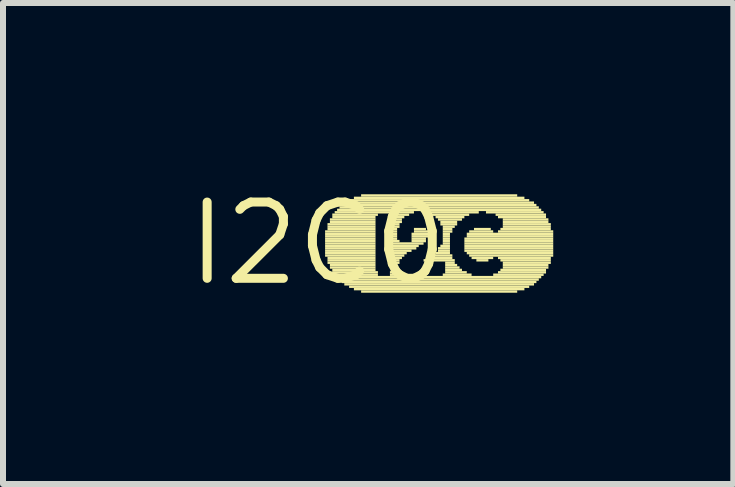
<source format=kicad_pcb>
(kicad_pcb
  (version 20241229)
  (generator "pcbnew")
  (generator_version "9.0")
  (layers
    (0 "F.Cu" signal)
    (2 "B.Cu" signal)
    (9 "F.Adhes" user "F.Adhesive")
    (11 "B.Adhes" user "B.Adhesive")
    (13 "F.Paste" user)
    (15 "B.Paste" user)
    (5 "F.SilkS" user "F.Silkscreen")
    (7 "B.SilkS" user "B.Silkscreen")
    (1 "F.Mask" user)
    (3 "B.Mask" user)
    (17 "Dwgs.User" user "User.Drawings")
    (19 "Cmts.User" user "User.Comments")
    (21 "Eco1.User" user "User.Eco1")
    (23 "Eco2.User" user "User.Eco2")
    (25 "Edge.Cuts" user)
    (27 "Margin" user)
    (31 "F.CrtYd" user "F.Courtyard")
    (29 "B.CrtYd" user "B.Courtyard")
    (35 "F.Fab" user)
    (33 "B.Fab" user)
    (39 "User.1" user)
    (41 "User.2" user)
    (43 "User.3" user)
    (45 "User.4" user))
  (footprint "I2C0"
    (layer "F.Cu")
    (at 2.245 1.006)
    (property "Reference" "I2C0" (at 0 0 0) (layer "F.SilkS") (effects (font (size 1.27 1.27) (thickness 0.15))))
    (attr through_hole)
    (fp_poly (pts (xy 0.12 -0.18) (xy 0.96 -0.18) (xy 0.96 -0.22) (xy 0.12 -0.22)) (stroke (width 0) (type solid)) (fill yes) (layer "F.SilkS"))
    (fp_poly (pts (xy 0.12 -0.14) (xy 0.96 -0.14) (xy 0.96 -0.18) (xy 0.12 -0.18)) (stroke (width 0) (type solid)) (fill yes) (layer "F.SilkS"))
    (fp_poly (pts (xy 0.12 -0.1) (xy 0.96 -0.1) (xy 0.96 -0.14) (xy 0.12 -0.14)) (stroke (width 0) (type solid)) (fill yes) (layer "F.SilkS"))
    (fp_poly (pts (xy 0.12 -0.06) (xy 0.96 -0.06) (xy 0.96 -0.1) (xy 0.12 -0.1)) (stroke (width 0) (type solid)) (fill yes) (layer "F.SilkS"))
    (fp_poly (pts (xy 0.12 -0.02) (xy 0.96 -0.02) (xy 0.96 -0.06) (xy 0.12 -0.06)) (stroke (width 0) (type solid)) (fill yes) (layer "F.SilkS"))
    (fp_poly (pts (xy 0.12 0.02) (xy 0.96 0.02) (xy 0.96 -0.02) (xy 0.12 -0.02)) (stroke (width 0) (type solid)) (fill yes) (layer "F.SilkS"))
    (fp_poly (pts (xy 0.12 0.06) (xy 0.96 0.06) (xy 0.96 0.02) (xy 0.12 0.02)) (stroke (width 0) (type solid)) (fill yes) (layer "F.SilkS"))
    (fp_poly (pts (xy 0.12 0.1) (xy 0.96 0.1) (xy 0.96 0.06) (xy 0.12 0.06)) (stroke (width 0) (type solid)) (fill yes) (layer "F.SilkS"))
    (fp_poly (pts (xy 0.12 0.14) (xy 0.96 0.14) (xy 0.96 0.1) (xy 0.12 0.1)) (stroke (width 0) (type solid)) (fill yes) (layer "F.SilkS"))
    (fp_poly (pts (xy 0.12 0.18) (xy 0.96 0.18) (xy 0.96 0.14) (xy 0.12 0.14)) (stroke (width 0) (type solid)) (fill yes) (layer "F.SilkS"))
    (fp_poly (pts (xy 0.12 0.22) (xy 0.96 0.22) (xy 0.96 0.18) (xy 0.12 0.18)) (stroke (width 0) (type solid)) (fill yes) (layer "F.SilkS"))
    (fp_poly (pts (xy 0.16 -0.3) (xy 0.96 -0.3) (xy 0.96 -0.34) (xy 0.16 -0.34)) (stroke (width 0) (type solid)) (fill yes) (layer "F.SilkS"))
    (fp_poly (pts (xy 0.16 -0.26) (xy 0.96 -0.26) (xy 0.96 -0.3) (xy 0.16 -0.3)) (stroke (width 0) (type solid)) (fill yes) (layer "F.SilkS"))
    (fp_poly (pts (xy 0.16 -0.22) (xy 0.96 -0.22) (xy 0.96 -0.26) (xy 0.16 -0.26)) (stroke (width 0) (type solid)) (fill yes) (layer "F.SilkS"))
    (fp_poly (pts (xy 0.16 0.26) (xy 0.96 0.26) (xy 0.96 0.22) (xy 0.16 0.22)) (stroke (width 0) (type solid)) (fill yes) (layer "F.SilkS"))
    (fp_poly (pts (xy 0.16 0.3) (xy 0.96 0.3) (xy 0.96 0.26) (xy 0.16 0.26)) (stroke (width 0) (type solid)) (fill yes) (layer "F.SilkS"))
    (fp_poly (pts (xy 0.16 0.34) (xy 0.96 0.34) (xy 0.96 0.3) (xy 0.16 0.3)) (stroke (width 0) (type solid)) (fill yes) (layer "F.SilkS"))
    (fp_poly (pts (xy 0.2 -0.38) (xy 0.96 -0.38) (xy 0.96 -0.42) (xy 0.2 -0.42)) (stroke (width 0) (type solid)) (fill yes) (layer "F.SilkS"))
    (fp_poly (pts (xy 0.2 -0.34) (xy 0.96 -0.34) (xy 0.96 -0.38) (xy 0.2 -0.38)) (stroke (width 0) (type solid)) (fill yes) (layer "F.SilkS"))
    (fp_poly (pts (xy 0.2 0.38) (xy 0.96 0.38) (xy 0.96 0.34) (xy 0.2 0.34)) (stroke (width 0) (type solid)) (fill yes) (layer "F.SilkS"))
    (fp_poly (pts (xy 0.2 0.42) (xy 0.96 0.42) (xy 0.96 0.38) (xy 0.2 0.38)) (stroke (width 0) (type solid)) (fill yes) (layer "F.SilkS"))
    (fp_poly (pts (xy 0.24 -0.46) (xy 1 -0.46) (xy 1 -0.5) (xy 0.24 -0.5)) (stroke (width 0) (type solid)) (fill yes) (layer "F.SilkS"))
    (fp_poly (pts (xy 0.24 -0.42) (xy 0.96 -0.42) (xy 0.96 -0.46) (xy 0.24 -0.46)) (stroke (width 0) (type solid)) (fill yes) (layer "F.SilkS"))
    (fp_poly (pts (xy 0.24 0.46) (xy 0.96 0.46) (xy 0.96 0.42) (xy 0.24 0.42)) (stroke (width 0) (type solid)) (fill yes) (layer "F.SilkS"))
    (fp_poly (pts (xy 0.24 0.5) (xy 1 0.5) (xy 1 0.46) (xy 0.24 0.46)) (stroke (width 0) (type solid)) (fill yes) (layer "F.SilkS"))
    (fp_poly (pts (xy 0.28 -0.5) (xy 1.6 -0.5) (xy 1.6 -0.54) (xy 0.28 -0.54)) (stroke (width 0) (type solid)) (fill yes) (layer "F.SilkS"))
    (fp_poly (pts (xy 0.28 0.54) (xy 1 0.54) (xy 1 0.5) (xy 0.28 0.5)) (stroke (width 0) (type solid)) (fill yes) (layer "F.SilkS"))
    (fp_poly (pts (xy 0.32 -0.54) (xy 3.72 -0.54) (xy 3.72 -0.58) (xy 0.32 -0.58)) (stroke (width 0) (type solid)) (fill yes) (layer "F.SilkS"))
    (fp_poly (pts (xy 0.32 0.58) (xy 3.72 0.58) (xy 3.72 0.54) (xy 0.32 0.54)) (stroke (width 0) (type solid)) (fill yes) (layer "F.SilkS"))
    (fp_poly (pts (xy 0.36 -0.58) (xy 3.68 -0.58) (xy 3.68 -0.62) (xy 0.36 -0.62)) (stroke (width 0) (type solid)) (fill yes) (layer "F.SilkS"))
    (fp_poly (pts (xy 0.36 0.62) (xy 3.68 0.62) (xy 3.68 0.58) (xy 0.36 0.58)) (stroke (width 0) (type solid)) (fill yes) (layer "F.SilkS"))
    (fp_poly (pts (xy 0.4 -0.62) (xy 3.64 -0.62) (xy 3.64 -0.66) (xy 0.4 -0.66)) (stroke (width 0) (type solid)) (fill yes) (layer "F.SilkS"))
    (fp_poly (pts (xy 0.4 0.66) (xy 3.64 0.66) (xy 3.64 0.62) (xy 0.4 0.62)) (stroke (width 0) (type solid)) (fill yes) (layer "F.SilkS"))
    (fp_poly (pts (xy 0.44 -0.66) (xy 3.6 -0.66) (xy 3.6 -0.7) (xy 0.44 -0.7)) (stroke (width 0) (type solid)) (fill yes) (layer "F.SilkS"))
    (fp_poly (pts (xy 0.44 0.7) (xy 3.6 0.7) (xy 3.6 0.66) (xy 0.44 0.66)) (stroke (width 0) (type solid)) (fill yes) (layer "F.SilkS"))
    (fp_poly (pts (xy 0.52 -0.7) (xy 3.52 -0.7) (xy 3.52 -0.74) (xy 0.52 -0.74)) (stroke (width 0) (type solid)) (fill yes) (layer "F.SilkS"))
    (fp_poly (pts (xy 0.52 0.74) (xy 3.52 0.74) (xy 3.52 0.7) (xy 0.52 0.7)) (stroke (width 0) (type solid)) (fill yes) (layer "F.SilkS"))
    (fp_poly (pts (xy 0.6 -0.74) (xy 3.44 -0.74) (xy 3.44 -0.78) (xy 0.6 -0.78)) (stroke (width 0) (type solid)) (fill yes) (layer "F.SilkS"))
    (fp_poly (pts (xy 0.6 0.78) (xy 3.44 0.78) (xy 3.44 0.74) (xy 0.6 0.74)) (stroke (width 0) (type solid)) (fill yes) (layer "F.SilkS"))
    (fp_poly (pts (xy 0.72 -0.78) (xy 3.32 -0.78) (xy 3.32 -0.82) (xy 0.72 -0.82)) (stroke (width 0) (type solid)) (fill yes) (layer "F.SilkS"))
    (fp_poly (pts (xy 0.72 0.82) (xy 3.32 0.82) (xy 3.32 0.78) (xy 0.72 0.78)) (stroke (width 0) (type solid)) (fill yes) (layer "F.SilkS"))
    (fp_poly (pts (xy 1.2 -0.46) (xy 1.52 -0.46) (xy 1.52 -0.5) (xy 1.2 -0.5)) (stroke (width 0) (type solid)) (fill yes) (layer "F.SilkS"))
    (fp_poly (pts (xy 1.2 -0.42) (xy 1.44 -0.42) (xy 1.44 -0.46) (xy 1.2 -0.46)) (stroke (width 0) (type solid)) (fill yes) (layer "F.SilkS"))
    (fp_poly (pts (xy 1.2 0.5) (xy 1.32 0.5) (xy 1.32 0.46) (xy 1.2 0.46)) (stroke (width 0) (type solid)) (fill yes) (layer "F.SilkS"))
    (fp_poly (pts (xy 1.2 0.54) (xy 1.36 0.54) (xy 1.36 0.5) (xy 1.2 0.5)) (stroke (width 0) (type solid)) (fill yes) (layer "F.SilkS"))
    (fp_poly (pts (xy 1.24 -0.38) (xy 1.4 -0.38) (xy 1.4 -0.42) (xy 1.24 -0.42)) (stroke (width 0) (type solid)) (fill yes) (layer "F.SilkS"))
    (fp_poly (pts (xy 1.24 -0.34) (xy 1.4 -0.34) (xy 1.4 -0.38) (xy 1.24 -0.38)) (stroke (width 0) (type solid)) (fill yes) (layer "F.SilkS"))
    (fp_poly (pts (xy 1.24 -0.3) (xy 1.36 -0.3) (xy 1.36 -0.34) (xy 1.24 -0.34)) (stroke (width 0) (type solid)) (fill yes) (layer "F.SilkS"))
    (fp_poly (pts (xy 1.24 -0.26) (xy 1.36 -0.26) (xy 1.36 -0.3) (xy 1.24 -0.3)) (stroke (width 0) (type solid)) (fill yes) (layer "F.SilkS"))
    (fp_poly (pts (xy 1.24 -0.22) (xy 1.32 -0.22) (xy 1.32 -0.26) (xy 1.24 -0.26)) (stroke (width 0) (type solid)) (fill yes) (layer "F.SilkS"))
    (fp_poly (pts (xy 1.24 -0.18) (xy 1.32 -0.18) (xy 1.32 -0.22) (xy 1.24 -0.22)) (stroke (width 0) (type solid)) (fill yes) (layer "F.SilkS"))
    (fp_poly (pts (xy 1.24 -0.14) (xy 1.32 -0.14) (xy 1.32 -0.18) (xy 1.24 -0.18)) (stroke (width 0) (type solid)) (fill yes) (layer "F.SilkS"))
    (fp_poly (pts (xy 1.24 -0.1) (xy 1.32 -0.1) (xy 1.32 -0.14) (xy 1.24 -0.14)) (stroke (width 0) (type solid)) (fill yes) (layer "F.SilkS"))
    (fp_poly (pts (xy 1.24 -0.06) (xy 1.32 -0.06) (xy 1.32 -0.1) (xy 1.24 -0.1)) (stroke (width 0) (type solid)) (fill yes) (layer "F.SilkS"))
    (fp_poly (pts (xy 1.24 -0.02) (xy 1.36 -0.02) (xy 1.36 -0.06) (xy 1.24 -0.06)) (stroke (width 0) (type solid)) (fill yes) (layer "F.SilkS"))
    (fp_poly (pts (xy 1.24 0.02) (xy 1.76 0.02) (xy 1.76 -0.02) (xy 1.24 -0.02)) (stroke (width 0) (type solid)) (fill yes) (layer "F.SilkS"))
    (fp_poly (pts (xy 1.24 0.06) (xy 1.68 0.06) (xy 1.68 0.02) (xy 1.24 0.02)) (stroke (width 0) (type solid)) (fill yes) (layer "F.SilkS"))
    (fp_poly (pts (xy 1.24 0.1) (xy 1.64 0.1) (xy 1.64 0.06) (xy 1.24 0.06)) (stroke (width 0) (type solid)) (fill yes) (layer "F.SilkS"))
    (fp_poly (pts (xy 1.24 0.14) (xy 1.56 0.14) (xy 1.56 0.1) (xy 1.24 0.1)) (stroke (width 0) (type solid)) (fill yes) (layer "F.SilkS"))
    (fp_poly (pts (xy 1.24 0.18) (xy 1.48 0.18) (xy 1.48 0.14) (xy 1.24 0.14)) (stroke (width 0) (type solid)) (fill yes) (layer "F.SilkS"))
    (fp_poly (pts (xy 1.24 0.22) (xy 1.44 0.22) (xy 1.44 0.18) (xy 1.24 0.18)) (stroke (width 0) (type solid)) (fill yes) (layer "F.SilkS"))
    (fp_poly (pts (xy 1.24 0.26) (xy 1.4 0.26) (xy 1.4 0.22) (xy 1.24 0.22)) (stroke (width 0) (type solid)) (fill yes) (layer "F.SilkS"))
    (fp_poly (pts (xy 1.24 0.3) (xy 1.36 0.3) (xy 1.36 0.26) (xy 1.24 0.26)) (stroke (width 0) (type solid)) (fill yes) (layer "F.SilkS"))
    (fp_poly (pts (xy 1.24 0.34) (xy 1.36 0.34) (xy 1.36 0.3) (xy 1.24 0.3)) (stroke (width 0) (type solid)) (fill yes) (layer "F.SilkS"))
    (fp_poly (pts (xy 1.24 0.38) (xy 1.32 0.38) (xy 1.32 0.34) (xy 1.24 0.34)) (stroke (width 0) (type solid)) (fill yes) (layer "F.SilkS"))
    (fp_poly (pts (xy 1.24 0.42) (xy 1.32 0.42) (xy 1.32 0.38) (xy 1.24 0.38)) (stroke (width 0) (type solid)) (fill yes) (layer "F.SilkS"))
    (fp_poly (pts (xy 1.24 0.46) (xy 1.32 0.46) (xy 1.32 0.42) (xy 1.24 0.42)) (stroke (width 0) (type solid)) (fill yes) (layer "F.SilkS"))
    (fp_poly (pts (xy 1.56 -0.14) (xy 1.84 -0.14) (xy 1.84 -0.18) (xy 1.56 -0.18)) (stroke (width 0) (type solid)) (fill yes) (layer "F.SilkS"))
    (fp_poly (pts (xy 1.56 -0.1) (xy 1.84 -0.1) (xy 1.84 -0.14) (xy 1.56 -0.14)) (stroke (width 0) (type solid)) (fill yes) (layer "F.SilkS"))
    (fp_poly (pts (xy 1.56 -0.06) (xy 1.8 -0.06) (xy 1.8 -0.1) (xy 1.56 -0.1)) (stroke (width 0) (type solid)) (fill yes) (layer "F.SilkS"))
    (fp_poly (pts (xy 1.56 -0.02) (xy 1.8 -0.02) (xy 1.8 -0.06) (xy 1.56 -0.06)) (stroke (width 0) (type solid)) (fill yes) (layer "F.SilkS"))
    (fp_poly (pts (xy 1.6 -0.22) (xy 1.8 -0.22) (xy 1.8 -0.26) (xy 1.6 -0.26)) (stroke (width 0) (type solid)) (fill yes) (layer "F.SilkS"))
    (fp_poly (pts (xy 1.6 -0.18) (xy 1.84 -0.18) (xy 1.84 -0.22) (xy 1.6 -0.22)) (stroke (width 0) (type solid)) (fill yes) (layer "F.SilkS"))
    (fp_poly (pts (xy 1.76 0.3) (xy 2.28 0.3) (xy 2.28 0.26) (xy 1.76 0.26)) (stroke (width 0) (type solid)) (fill yes) (layer "F.SilkS"))
    (fp_poly (pts (xy 1.8 -0.5) (xy 2.68 -0.5) (xy 2.68 -0.54) (xy 1.8 -0.54)) (stroke (width 0) (type solid)) (fill yes) (layer "F.SilkS"))
    (fp_poly (pts (xy 1.84 0.26) (xy 2.24 0.26) (xy 2.24 0.22) (xy 1.84 0.22)) (stroke (width 0) (type solid)) (fill yes) (layer "F.SilkS"))
    (fp_poly (pts (xy 1.88 -0.46) (xy 2.52 -0.46) (xy 2.52 -0.5) (xy 1.88 -0.5)) (stroke (width 0) (type solid)) (fill yes) (layer "F.SilkS"))
    (fp_poly (pts (xy 1.88 0.22) (xy 2.24 0.22) (xy 2.24 0.18) (xy 1.88 0.18)) (stroke (width 0) (type solid)) (fill yes) (layer "F.SilkS"))
    (fp_poly (pts (xy 1.96 -0.42) (xy 2.44 -0.42) (xy 2.44 -0.46) (xy 1.96 -0.46)) (stroke (width 0) (type solid)) (fill yes) (layer "F.SilkS"))
    (fp_poly (pts (xy 1.96 0.18) (xy 2.2 0.18) (xy 2.2 0.14) (xy 1.96 0.14)) (stroke (width 0) (type solid)) (fill yes) (layer "F.SilkS"))
    (fp_poly (pts (xy 2 -0.38) (xy 2.4 -0.38) (xy 2.4 -0.42) (xy 2 -0.42)) (stroke (width 0) (type solid)) (fill yes) (layer "F.SilkS"))
    (fp_poly (pts (xy 2 0.1) (xy 2.2 0.1) (xy 2.2 0.06) (xy 2 0.06)) (stroke (width 0) (type solid)) (fill yes) (layer "F.SilkS"))
    (fp_poly (pts (xy 2 0.14) (xy 2.2 0.14) (xy 2.2 0.1) (xy 2 0.1)) (stroke (width 0) (type solid)) (fill yes) (layer "F.SilkS"))
    (fp_poly (pts (xy 2.04 -0.34) (xy 2.32 -0.34) (xy 2.32 -0.38) (xy 2.04 -0.38)) (stroke (width 0) (type solid)) (fill yes) (layer "F.SilkS"))
    (fp_poly (pts (xy 2.04 -0.3) (xy 2.32 -0.3) (xy 2.32 -0.34) (xy 2.04 -0.34)) (stroke (width 0) (type solid)) (fill yes) (layer "F.SilkS"))
    (fp_poly (pts (xy 2.04 0.06) (xy 2.2 0.06) (xy 2.2 0.02) (xy 2.04 0.02)) (stroke (width 0) (type solid)) (fill yes) (layer "F.SilkS"))
    (fp_poly (pts (xy 2.08 -0.26) (xy 2.28 -0.26) (xy 2.28 -0.3) (xy 2.08 -0.3)) (stroke (width 0) (type solid)) (fill yes) (layer "F.SilkS"))
    (fp_poly (pts (xy 2.08 -0.22) (xy 2.24 -0.22) (xy 2.24 -0.26) (xy 2.08 -0.26)) (stroke (width 0) (type solid)) (fill yes) (layer "F.SilkS"))
    (fp_poly (pts (xy 2.08 -0.18) (xy 2.24 -0.18) (xy 2.24 -0.22) (xy 2.08 -0.22)) (stroke (width 0) (type solid)) (fill yes) (layer "F.SilkS"))
    (fp_poly (pts (xy 2.08 -0.14) (xy 2.2 -0.14) (xy 2.2 -0.18) (xy 2.08 -0.18)) (stroke (width 0) (type solid)) (fill yes) (layer "F.SilkS"))
    (fp_poly (pts (xy 2.08 -0.1) (xy 2.2 -0.1) (xy 2.2 -0.14) (xy 2.08 -0.14)) (stroke (width 0) (type solid)) (fill yes) (layer "F.SilkS"))
    (fp_poly (pts (xy 2.08 -0.06) (xy 2.2 -0.06) (xy 2.2 -0.1) (xy 2.08 -0.1)) (stroke (width 0) (type solid)) (fill yes) (layer "F.SilkS"))
    (fp_poly (pts (xy 2.08 -0.02) (xy 2.2 -0.02) (xy 2.2 -0.06) (xy 2.08 -0.06)) (stroke (width 0) (type solid)) (fill yes) (layer "F.SilkS"))
    (fp_poly (pts (xy 2.08 0.02) (xy 2.2 0.02) (xy 2.2 -0.02) (xy 2.08 -0.02)) (stroke (width 0) (type solid)) (fill yes) (layer "F.SilkS"))
    (fp_poly (pts (xy 2.08 0.54) (xy 2.56 0.54) (xy 2.56 0.5) (xy 2.08 0.5)) (stroke (width 0) (type solid)) (fill yes) (layer "F.SilkS"))
    (fp_poly (pts (xy 2.12 0.34) (xy 2.28 0.34) (xy 2.28 0.3) (xy 2.12 0.3)) (stroke (width 0) (type solid)) (fill yes) (layer "F.SilkS"))
    (fp_poly (pts (xy 2.12 0.38) (xy 2.32 0.38) (xy 2.32 0.34) (xy 2.12 0.34)) (stroke (width 0) (type solid)) (fill yes) (layer "F.SilkS"))
    (fp_poly (pts (xy 2.12 0.42) (xy 2.36 0.42) (xy 2.36 0.38) (xy 2.12 0.38)) (stroke (width 0) (type solid)) (fill yes) (layer "F.SilkS"))
    (fp_poly (pts (xy 2.12 0.46) (xy 2.4 0.46) (xy 2.4 0.42) (xy 2.12 0.42)) (stroke (width 0) (type solid)) (fill yes) (layer "F.SilkS"))
    (fp_poly (pts (xy 2.12 0.5) (xy 2.48 0.5) (xy 2.48 0.46) (xy 2.12 0.46)) (stroke (width 0) (type solid)) (fill yes) (layer "F.SilkS"))
    (fp_poly (pts (xy 2.44 -0.06) (xy 3.92 -0.06) (xy 3.92 -0.1) (xy 2.44 -0.1)) (stroke (width 0) (type solid)) (fill yes) (layer "F.SilkS"))
    (fp_poly (pts (xy 2.44 -0.02) (xy 3.92 -0.02) (xy 3.92 -0.06) (xy 2.44 -0.06)) (stroke (width 0) (type solid)) (fill yes) (layer "F.SilkS"))
    (fp_poly (pts (xy 2.44 0.02) (xy 3.92 0.02) (xy 3.92 -0.02) (xy 2.44 -0.02)) (stroke (width 0) (type solid)) (fill yes) (layer "F.SilkS"))
    (fp_poly (pts (xy 2.44 0.06) (xy 3.92 0.06) (xy 3.92 0.02) (xy 2.44 0.02)) (stroke (width 0) (type solid)) (fill yes) (layer "F.SilkS"))
    (fp_poly (pts (xy 2.44 0.1) (xy 3.92 0.1) (xy 3.92 0.06) (xy 2.44 0.06)) (stroke (width 0) (type solid)) (fill yes) (layer "F.SilkS"))
    (fp_poly (pts (xy 2.44 0.14) (xy 3.92 0.14) (xy 3.92 0.1) (xy 2.44 0.1)) (stroke (width 0) (type solid)) (fill yes) (layer "F.SilkS"))
    (fp_poly (pts (xy 2.48 -0.14) (xy 3.92 -0.14) (xy 3.92 -0.18) (xy 2.48 -0.18)) (stroke (width 0) (type solid)) (fill yes) (layer "F.SilkS"))
    (fp_poly (pts (xy 2.48 -0.1) (xy 3.92 -0.1) (xy 3.92 -0.14) (xy 2.48 -0.14)) (stroke (width 0) (type solid)) (fill yes) (layer "F.SilkS"))
    (fp_poly (pts (xy 2.48 0.18) (xy 3.92 0.18) (xy 3.92 0.14) (xy 2.48 0.14)) (stroke (width 0) (type solid)) (fill yes) (layer "F.SilkS"))
    (fp_poly (pts (xy 2.52 -0.18) (xy 2.92 -0.18) (xy 2.92 -0.22) (xy 2.52 -0.22)) (stroke (width 0) (type solid)) (fill yes) (layer "F.SilkS"))
    (fp_poly (pts (xy 2.52 0.22) (xy 3.92 0.22) (xy 3.92 0.18) (xy 2.52 0.18)) (stroke (width 0) (type solid)) (fill yes) (layer "F.SilkS"))
    (fp_poly (pts (xy 2.56 0.26) (xy 2.92 0.26) (xy 2.92 0.22) (xy 2.56 0.22)) (stroke (width 0) (type solid)) (fill yes) (layer "F.SilkS"))
    (fp_poly (pts (xy 2.6 -0.22) (xy 2.88 -0.22) (xy 2.88 -0.26) (xy 2.6 -0.26)) (stroke (width 0) (type solid)) (fill yes) (layer "F.SilkS"))
    (fp_poly (pts (xy 2.64 0.3) (xy 2.84 0.3) (xy 2.84 0.26) (xy 2.64 0.26)) (stroke (width 0) (type solid)) (fill yes) (layer "F.SilkS"))
    (fp_poly (pts (xy 2.8 -0.5) (xy 3.76 -0.5) (xy 3.76 -0.54) (xy 2.8 -0.54)) (stroke (width 0) (type solid)) (fill yes) (layer "F.SilkS"))
    (fp_poly (pts (xy 2.92 0.54) (xy 3.76 0.54) (xy 3.76 0.5) (xy 2.92 0.5)) (stroke (width 0) (type solid)) (fill yes) (layer "F.SilkS"))
    (fp_poly (pts (xy 2.96 -0.46) (xy 3.8 -0.46) (xy 3.8 -0.5) (xy 2.96 -0.5)) (stroke (width 0) (type solid)) (fill yes) (layer "F.SilkS"))
    (fp_poly (pts (xy 3 -0.42) (xy 3.8 -0.42) (xy 3.8 -0.46) (xy 3 -0.46)) (stroke (width 0) (type solid)) (fill yes) (layer "F.SilkS"))
    (fp_poly (pts (xy 3 -0.18) (xy 3.92 -0.18) (xy 3.92 -0.22) (xy 3 -0.22)) (stroke (width 0) (type solid)) (fill yes) (layer "F.SilkS"))
    (fp_poly (pts (xy 3 0.26) (xy 3.88 0.26) (xy 3.88 0.22) (xy 3 0.22)) (stroke (width 0) (type solid)) (fill yes) (layer "F.SilkS"))
    (fp_poly (pts (xy 3 0.5) (xy 3.8 0.5) (xy 3.8 0.46) (xy 3 0.46)) (stroke (width 0) (type solid)) (fill yes) (layer "F.SilkS"))
    (fp_poly (pts (xy 3.04 -0.22) (xy 3.88 -0.22) (xy 3.88 -0.26) (xy 3.04 -0.26)) (stroke (width 0) (type solid)) (fill yes) (layer "F.SilkS"))
    (fp_poly (pts (xy 3.04 0.3) (xy 3.88 0.3) (xy 3.88 0.26) (xy 3.04 0.26)) (stroke (width 0) (type solid)) (fill yes) (layer "F.SilkS"))
    (fp_poly (pts (xy 3.04 0.46) (xy 3.8 0.46) (xy 3.8 0.42) (xy 3.04 0.42)) (stroke (width 0) (type solid)) (fill yes) (layer "F.SilkS"))
    (fp_poly (pts (xy 3.08 -0.38) (xy 3.84 -0.38) (xy 3.84 -0.42) (xy 3.08 -0.42)) (stroke (width 0) (type solid)) (fill yes) (layer "F.SilkS"))
    (fp_poly (pts (xy 3.08 -0.34) (xy 3.84 -0.34) (xy 3.84 -0.38) (xy 3.08 -0.38)) (stroke (width 0) (type solid)) (fill yes) (layer "F.SilkS"))
    (fp_poly (pts (xy 3.08 -0.3) (xy 3.88 -0.3) (xy 3.88 -0.34) (xy 3.08 -0.34)) (stroke (width 0) (type solid)) (fill yes) (layer "F.SilkS"))
    (fp_poly (pts (xy 3.08 -0.26) (xy 3.88 -0.26) (xy 3.88 -0.3) (xy 3.08 -0.3)) (stroke (width 0) (type solid)) (fill yes) (layer "F.SilkS"))
    (fp_poly (pts (xy 3.08 0.34) (xy 3.88 0.34) (xy 3.88 0.3) (xy 3.08 0.3)) (stroke (width 0) (type solid)) (fill yes) (layer "F.SilkS"))
    (fp_poly (pts (xy 3.08 0.38) (xy 3.84 0.38) (xy 3.84 0.34) (xy 3.08 0.34)) (stroke (width 0) (type solid)) (fill yes) (layer "F.SilkS"))
    (fp_poly (pts (xy 3.08 0.42) (xy 3.84 0.42) (xy 3.84 0.38) (xy 3.08 0.38)) (stroke (width 0) (type solid)) (fill yes) (layer "F.SilkS")))
  (gr_rect
    (start -3 -3)
    (end 9.165 5.012)
    (stroke (width 0.1) (type default))
    (fill no)
    (layer "Edge.Cuts")))
</source>
